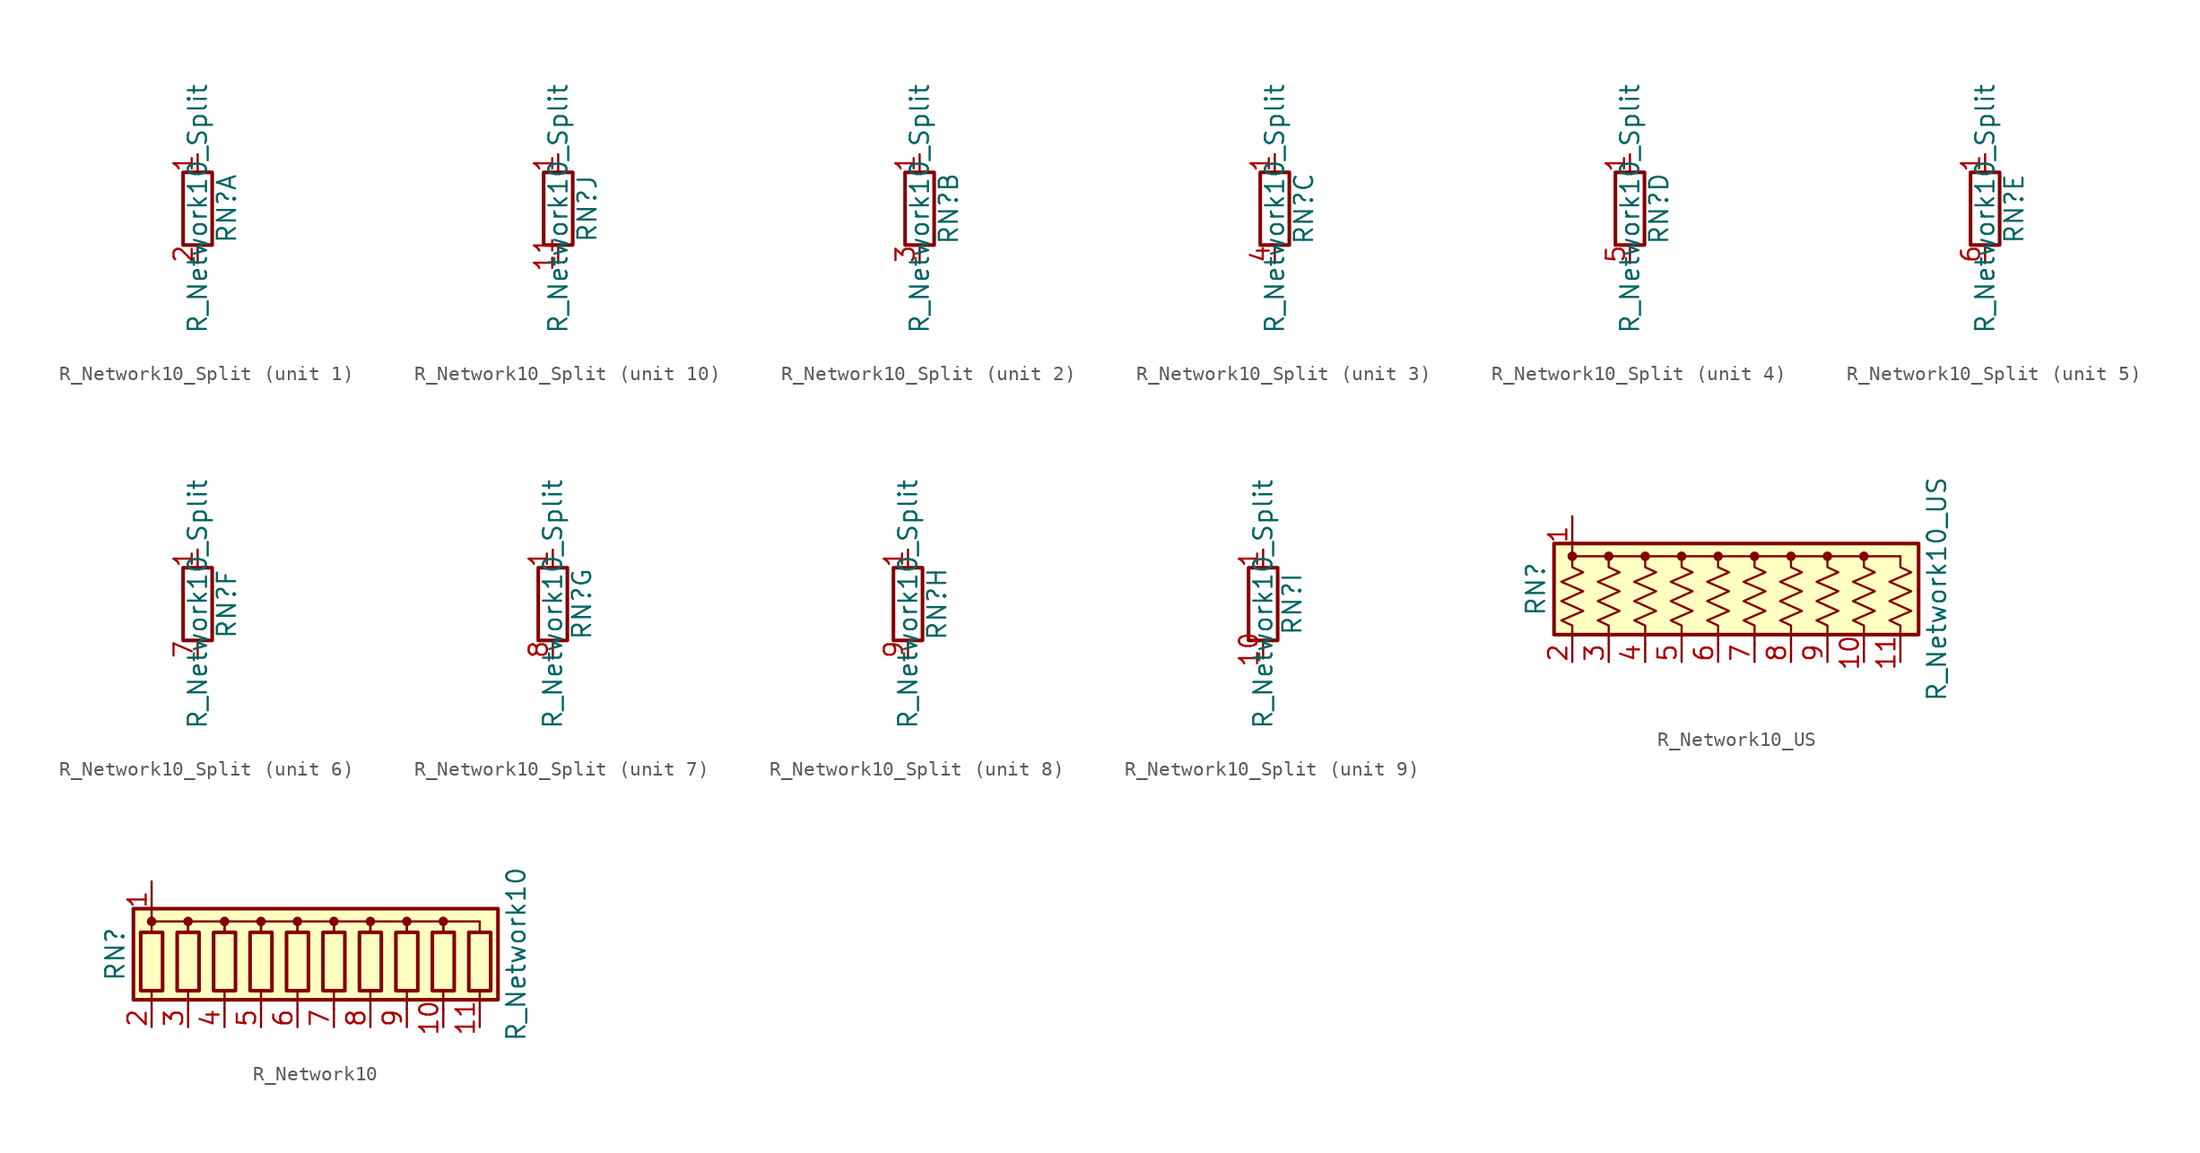
<source format=kicad_sym>
(kicad_symbol_lib
  (version 20241209)
  (generator "kicad_symbol_editor")
  (generator_version "9.0")
  (symbol "R_Network10_Split"
    (pin_names
      (offset 0)
      (hide yes))
    (property "Reference" "RN"
      (at 2.032 0 90)
      (effects (font (size 1.27 1.27))))
    (property "Value" "R_Network10_Split"
      (at 0 0 90)
      (effects (font (size 1.27 1.27))))
    (symbol "R_Network10_Split_0_1"
      (rectangle (start 1.016 2.54) (end -1.016 -2.54) (stroke (width 0.254) (type default)) (fill (type none)))
      (pin passive line (at 0 3.81 270) (length 1.27) (name "R1" (effects (font (size 1.27 1.27)))) (number "1" (effects (font (size 1.27 1.27))))))
    (symbol "R_Network10_Split_1_1"
      (pin passive line (at 0 -3.81 90) (length 1.27) (name "R1.2" (effects (font (size 1.27 1.27)))) (number "2" (effects (font (size 1.27 1.27))))))
    (symbol "R_Network10_Split_2_1"
      (pin passive line (at 0 -3.81 90) (length 1.27) (name "R2.2" (effects (font (size 1.27 1.27)))) (number "3" (effects (font (size 1.27 1.27))))))
    (symbol "R_Network10_Split_3_1"
      (pin passive line (at 0 -3.81 90) (length 1.27) (name "R3.2" (effects (font (size 1.27 1.27)))) (number "4" (effects (font (size 1.27 1.27))))))
    (symbol "R_Network10_Split_4_1"
      (pin passive line (at 0 -3.81 90) (length 1.27) (name "R4.2" (effects (font (size 1.27 1.27)))) (number "5" (effects (font (size 1.27 1.27))))))
    (symbol "R_Network10_Split_5_1"
      (pin passive line (at 0 -3.81 90) (length 1.27) (name "R5.2" (effects (font (size 1.27 1.27)))) (number "6" (effects (font (size 1.27 1.27))))))
    (symbol "R_Network10_Split_6_1"
      (pin passive line (at 0 -3.81 90) (length 1.27) (name "R6.2" (effects (font (size 1.27 1.27)))) (number "7" (effects (font (size 1.27 1.27))))))
    (symbol "R_Network10_Split_7_1"
      (pin passive line (at 0 -3.81 90) (length 1.27) (name "R7.2" (effects (font (size 1.27 1.27)))) (number "8" (effects (font (size 1.27 1.27))))))
    (symbol "R_Network10_Split_8_1"
      (pin passive line (at 0 -3.81 90) (length 1.27) (name "R8.2" (effects (font (size 1.27 1.27)))) (number "9" (effects (font (size 1.27 1.27))))))
    (symbol "R_Network10_Split_9_1"
      (pin passive line (at 0 -3.81 90) (length 1.27) (name "R9.2" (effects (font (size 1.27 1.27)))) (number "10" (effects (font (size 1.27 1.27))))))
    (symbol "R_Network10_Split_10_1"
      (pin passive line (at 0 -3.81 90) (length 1.27) (name "R10.2" (effects (font (size 1.27 1.27)))) (number "11" (effects (font (size 1.27 1.27)))))))
  (symbol "R_Network10_US"
    (pin_names
      (offset 0)
      (hide yes))
    (property "Reference" "RN"
      (at -15.24 0 90)
      (effects (font (size 1.27 1.27))))
    (property "Value" "R_Network10_US"
      (at 12.7 0 90)
      (effects (font (size 1.27 1.27))))
    (symbol "R_Network10_US_0_1"
      (rectangle (start -13.97 -3.175) (end 11.43 3.175) (stroke (width 0.254) (type default)) (fill (type background)))
      (circle (center -12.7 2.286) (radius 0.254) (stroke (width 0) (type default)) (fill (type outline)))
      (polyline (pts (xy -12.7 2.286) (xy 10.16 2.286)) (stroke (width 0) (type default)) (fill (type none)))
      (polyline (pts (xy -12.7 2.286) (xy -12.7 1.524) (xy -11.938 1.168) (xy -13.462 0.508) (xy -11.938 -0.152) (xy -13.462 -0.838) (xy -11.938 -1.524) (xy -13.462 -2.184) (xy -12.7 -2.54) (xy -12.7 -3.81)) (stroke (width 0) (type default)) (fill (type none)))
      (circle (center -10.16 2.286) (radius 0.254) (stroke (width 0) (type default)) (fill (type outline)))
      (polyline (pts (xy -10.16 2.286) (xy -10.16 1.524) (xy -9.398 1.168) (xy -10.922 0.508) (xy -9.398 -0.152) (xy -10.922 -0.838) (xy -9.398 -1.524) (xy -10.922 -2.184) (xy -10.16 -2.54) (xy -10.16 -3.81)) (stroke (width 0) (type default)) (fill (type none)))
      (circle (center -7.62 2.286) (radius 0.254) (stroke (width 0) (type default)) (fill (type outline)))
      (polyline (pts (xy -7.62 2.286) (xy -7.62 1.524) (xy -6.858 1.168) (xy -8.382 0.508) (xy -6.858 -0.152) (xy -8.382 -0.838) (xy -6.858 -1.524) (xy -8.382 -2.184) (xy -7.62 -2.54) (xy -7.62 -3.81)) (stroke (width 0) (type default)) (fill (type none)))
      (circle (center -5.08 2.286) (radius 0.254) (stroke (width 0) (type default)) (fill (type outline)))
      (polyline (pts (xy -5.08 2.286) (xy -5.08 1.524) (xy -4.318 1.168) (xy -5.842 0.508) (xy -4.318 -0.152) (xy -5.842 -0.838) (xy -4.318 -1.524) (xy -5.842 -2.184) (xy -5.08 -2.54) (xy -5.08 -3.81)) (stroke (width 0) (type default)) (fill (type none)))
      (circle (center -2.54 2.286) (radius 0.254) (stroke (width 0) (type default)) (fill (type outline)))
      (polyline (pts (xy -2.54 2.286) (xy -2.54 1.524) (xy -1.778 1.168) (xy -3.302 0.508) (xy -1.778 -0.152) (xy -3.302 -0.838) (xy -1.778 -1.524) (xy -3.302 -2.184) (xy -2.54 -2.54) (xy -2.54 -3.81)) (stroke (width 0) (type default)) (fill (type none)))
      (circle (center 0 2.286) (radius 0.254) (stroke (width 0) (type default)) (fill (type outline)))
      (polyline (pts (xy 0 2.286) (xy 0 1.524) (xy 0.762 1.168) (xy -0.762 0.508) (xy 0.762 -0.152) (xy -0.762 -0.838) (xy 0.762 -1.524) (xy -0.762 -2.184) (xy 0 -2.54) (xy 0 -3.81)) (stroke (width 0) (type default)) (fill (type none)))
      (polyline (pts (xy 2.54 2.286) (xy 2.54 1.524) (xy 3.302 1.168) (xy 1.778 0.508) (xy 3.302 -0.152) (xy 1.778 -0.838) (xy 3.302 -1.524) (xy 1.778 -2.184) (xy 2.54 -2.54) (xy 2.54 -3.81)) (stroke (width 0) (type default)) (fill (type none)))
      (circle (center 2.54 2.286) (radius 0.254) (stroke (width 0) (type default)) (fill (type outline)))
      (polyline (pts (xy 5.08 2.286) (xy 5.08 1.524) (xy 5.842 1.168) (xy 4.318 0.508) (xy 5.842 -0.152) (xy 4.318 -0.838) (xy 5.842 -1.524) (xy 4.318 -2.184) (xy 5.08 -2.54) (xy 5.08 -3.81)) (stroke (width 0) (type default)) (fill (type none)))
      (circle (center 5.08 2.286) (radius 0.254) (stroke (width 0) (type default)) (fill (type outline)))
      (polyline (pts (xy 7.62 2.286) (xy 7.62 1.524) (xy 8.382 1.168) (xy 6.858 0.508) (xy 8.382 -0.152) (xy 6.858 -0.838) (xy 8.382 -1.524) (xy 6.858 -2.184) (xy 7.62 -2.54) (xy 7.62 -3.81)) (stroke (width 0) (type default)) (fill (type none)))
      (circle (center 7.62 2.286) (radius 0.254) (stroke (width 0) (type default)) (fill (type outline)))
      (polyline (pts (xy 10.16 2.286) (xy 10.16 1.524) (xy 10.922 1.168) (xy 9.398 0.508) (xy 10.922 -0.152) (xy 9.398 -0.838) (xy 10.922 -1.524) (xy 9.398 -2.184) (xy 10.16 -2.54) (xy 10.16 -3.81)) (stroke (width 0) (type default)) (fill (type none))))
    (symbol "R_Network10_US_1_1"
      (pin passive line (at -12.7 5.08 270) (length 2.54) (name "common" (effects (font (size 1.27 1.27)))) (number "1" (effects (font (size 1.27 1.27)))))
      (pin passive line (at -12.7 -5.08 90) (length 1.27) (name "R1" (effects (font (size 1.27 1.27)))) (number "2" (effects (font (size 1.27 1.27)))))
      (pin passive line (at -10.16 -5.08 90) (length 1.27) (name "R2" (effects (font (size 1.27 1.27)))) (number "3" (effects (font (size 1.27 1.27)))))
      (pin passive line (at -7.62 -5.08 90) (length 1.27) (name "R3" (effects (font (size 1.27 1.27)))) (number "4" (effects (font (size 1.27 1.27)))))
      (pin passive line (at -5.08 -5.08 90) (length 1.27) (name "R4" (effects (font (size 1.27 1.27)))) (number "5" (effects (font (size 1.27 1.27)))))
      (pin passive line (at -2.54 -5.08 90) (length 1.27) (name "R5" (effects (font (size 1.27 1.27)))) (number "6" (effects (font (size 1.27 1.27)))))
      (pin passive line (at 0 -5.08 90) (length 1.27) (name "R6" (effects (font (size 1.27 1.27)))) (number "7" (effects (font (size 1.27 1.27)))))
      (pin passive line (at 2.54 -5.08 90) (length 1.27) (name "R7" (effects (font (size 1.27 1.27)))) (number "8" (effects (font (size 1.27 1.27)))))
      (pin passive line (at 5.08 -5.08 90) (length 1.27) (name "R8" (effects (font (size 1.27 1.27)))) (number "9" (effects (font (size 1.27 1.27)))))
      (pin passive line (at 7.62 -5.08 90) (length 1.27) (name "R9" (effects (font (size 1.27 1.27)))) (number "10" (effects (font (size 1.27 1.27)))))
      (pin passive line (at 10.16 -5.08 90) (length 1.27) (name "R10" (effects (font (size 1.27 1.27)))) (number "11" (effects (font (size 1.27 1.27)))))))
  (symbol "R_Network10"
    (pin_names
      (offset 0)
      (hide yes))
    (property "Reference" "RN"
      (at -15.24 0 90)
      (effects (font (size 1.27 1.27))))
    (property "Value" "R_Network10"
      (at 12.7 0 90)
      (effects (font (size 1.27 1.27))))
    (symbol "R_Network10_0_1"
      (rectangle (start -13.97 -3.175) (end 11.43 3.175) (stroke (width 0.254) (type default)) (fill (type background)))
      (rectangle (start -13.462 1.524) (end -11.938 -2.54) (stroke (width 0.254) (type default)) (fill (type none)))
      (circle (center -12.7 2.286) (radius 0.254) (stroke (width 0) (type default)) (fill (type outline)))
      (polyline (pts (xy -12.7 1.524) (xy -12.7 2.286) (xy -10.16 2.286) (xy -10.16 1.524)) (stroke (width 0) (type default)) (fill (type none)))
      (polyline (pts (xy -12.7 -2.54) (xy -12.7 -3.81)) (stroke (width 0) (type default)) (fill (type none)))
      (rectangle (start -10.922 1.524) (end -9.398 -2.54) (stroke (width 0.254) (type default)) (fill (type none)))
      (circle (center -10.16 2.286) (radius 0.254) (stroke (width 0) (type default)) (fill (type outline)))
      (polyline (pts (xy -10.16 1.524) (xy -10.16 2.286) (xy -7.62 2.286) (xy -7.62 1.524)) (stroke (width 0) (type default)) (fill (type none)))
      (polyline (pts (xy -10.16 -2.54) (xy -10.16 -3.81)) (stroke (width 0) (type default)) (fill (type none)))
      (rectangle (start -8.382 1.524) (end -6.858 -2.54) (stroke (width 0.254) (type default)) (fill (type none)))
      (circle (center -7.62 2.286) (radius 0.254) (stroke (width 0) (type default)) (fill (type outline)))
      (polyline (pts (xy -7.62 1.524) (xy -7.62 2.286) (xy -5.08 2.286) (xy -5.08 1.524)) (stroke (width 0) (type default)) (fill (type none)))
      (polyline (pts (xy -7.62 -2.54) (xy -7.62 -3.81)) (stroke (width 0) (type default)) (fill (type none)))
      (rectangle (start -5.842 1.524) (end -4.318 -2.54) (stroke (width 0.254) (type default)) (fill (type none)))
      (circle (center -5.08 2.286) (radius 0.254) (stroke (width 0) (type default)) (fill (type outline)))
      (polyline (pts (xy -5.08 1.524) (xy -5.08 2.286) (xy -2.54 2.286) (xy -2.54 1.524)) (stroke (width 0) (type default)) (fill (type none)))
      (polyline (pts (xy -5.08 -2.54) (xy -5.08 -3.81)) (stroke (width 0) (type default)) (fill (type none)))
      (rectangle (start -3.302 1.524) (end -1.778 -2.54) (stroke (width 0.254) (type default)) (fill (type none)))
      (circle (center -2.54 2.286) (radius 0.254) (stroke (width 0) (type default)) (fill (type outline)))
      (polyline (pts (xy -2.54 1.524) (xy -2.54 2.286) (xy 0 2.286) (xy 0 1.524)) (stroke (width 0) (type default)) (fill (type none)))
      (polyline (pts (xy -2.54 -2.54) (xy -2.54 -3.81)) (stroke (width 0) (type default)) (fill (type none)))
      (rectangle (start -0.762 1.524) (end 0.762 -2.54) (stroke (width 0.254) (type default)) (fill (type none)))
      (circle (center 0 2.286) (radius 0.254) (stroke (width 0) (type default)) (fill (type outline)))
      (polyline (pts (xy 0 1.524) (xy 0 2.286) (xy 2.54 2.286) (xy 2.54 1.524)) (stroke (width 0) (type default)) (fill (type none)))
      (polyline (pts (xy 0 -2.54) (xy 0 -3.81)) (stroke (width 0) (type default)) (fill (type none)))
      (rectangle (start 1.778 1.524) (end 3.302 -2.54) (stroke (width 0.254) (type default)) (fill (type none)))
      (circle (center 2.54 2.286) (radius 0.254) (stroke (width 0) (type default)) (fill (type outline)))
      (polyline (pts (xy 2.54 1.524) (xy 2.54 2.286) (xy 5.08 2.286) (xy 5.08 1.524)) (stroke (width 0) (type default)) (fill (type none)))
      (polyline (pts (xy 2.54 -2.54) (xy 2.54 -3.81)) (stroke (width 0) (type default)) (fill (type none)))
      (rectangle (start 4.318 1.524) (end 5.842 -2.54) (stroke (width 0.254) (type default)) (fill (type none)))
      (circle (center 5.08 2.286) (radius 0.254) (stroke (width 0) (type default)) (fill (type outline)))
      (polyline (pts (xy 5.08 1.524) (xy 5.08 2.286) (xy 7.62 2.286) (xy 7.62 1.524)) (stroke (width 0) (type default)) (fill (type none)))
      (polyline (pts (xy 5.08 -2.54) (xy 5.08 -3.81)) (stroke (width 0) (type default)) (fill (type none)))
      (rectangle (start 6.858 1.524) (end 8.382 -2.54) (stroke (width 0.254) (type default)) (fill (type none)))
      (circle (center 7.62 2.286) (radius 0.254) (stroke (width 0) (type default)) (fill (type outline)))
      (polyline (pts (xy 7.62 1.524) (xy 7.62 2.286) (xy 10.16 2.286) (xy 10.16 1.524)) (stroke (width 0) (type default)) (fill (type none)))
      (polyline (pts (xy 7.62 -2.54) (xy 7.62 -3.81)) (stroke (width 0) (type default)) (fill (type none)))
      (rectangle (start 9.398 1.524) (end 10.922 -2.54) (stroke (width 0.254) (type default)) (fill (type none)))
      (polyline (pts (xy 10.16 -2.54) (xy 10.16 -3.81)) (stroke (width 0) (type default)) (fill (type none))))
    (symbol "R_Network10_1_1"
      (pin passive line (at -12.7 5.08 270) (length 2.54) (name "common" (effects (font (size 1.27 1.27)))) (number "1" (effects (font (size 1.27 1.27)))))
      (pin passive line (at -12.7 -5.08 90) (length 1.27) (name "R1" (effects (font (size 1.27 1.27)))) (number "2" (effects (font (size 1.27 1.27)))))
      (pin passive line (at -10.16 -5.08 90) (length 1.27) (name "R2" (effects (font (size 1.27 1.27)))) (number "3" (effects (font (size 1.27 1.27)))))
      (pin passive line (at -7.62 -5.08 90) (length 1.27) (name "R3" (effects (font (size 1.27 1.27)))) (number "4" (effects (font (size 1.27 1.27)))))
      (pin passive line (at -5.08 -5.08 90) (length 1.27) (name "R4" (effects (font (size 1.27 1.27)))) (number "5" (effects (font (size 1.27 1.27)))))
      (pin passive line (at -2.54 -5.08 90) (length 1.27) (name "R5" (effects (font (size 1.27 1.27)))) (number "6" (effects (font (size 1.27 1.27)))))
      (pin passive line (at 0 -5.08 90) (length 1.27) (name "R6" (effects (font (size 1.27 1.27)))) (number "7" (effects (font (size 1.27 1.27)))))
      (pin passive line (at 2.54 -5.08 90) (length 1.27) (name "R7" (effects (font (size 1.27 1.27)))) (number "8" (effects (font (size 1.27 1.27)))))
      (pin passive line (at 5.08 -5.08 90) (length 1.27) (name "R8" (effects (font (size 1.27 1.27)))) (number "9" (effects (font (size 1.27 1.27)))))
      (pin passive line (at 7.62 -5.08 90) (length 1.27) (name "R9" (effects (font (size 1.27 1.27)))) (number "10" (effects (font (size 1.27 1.27)))))
      (pin passive line (at 10.16 -5.08 90) (length 1.27) (name "R10" (effects (font (size 1.27 1.27)))) (number "11" (effects (font (size 1.27 1.27))))))))
</source>
